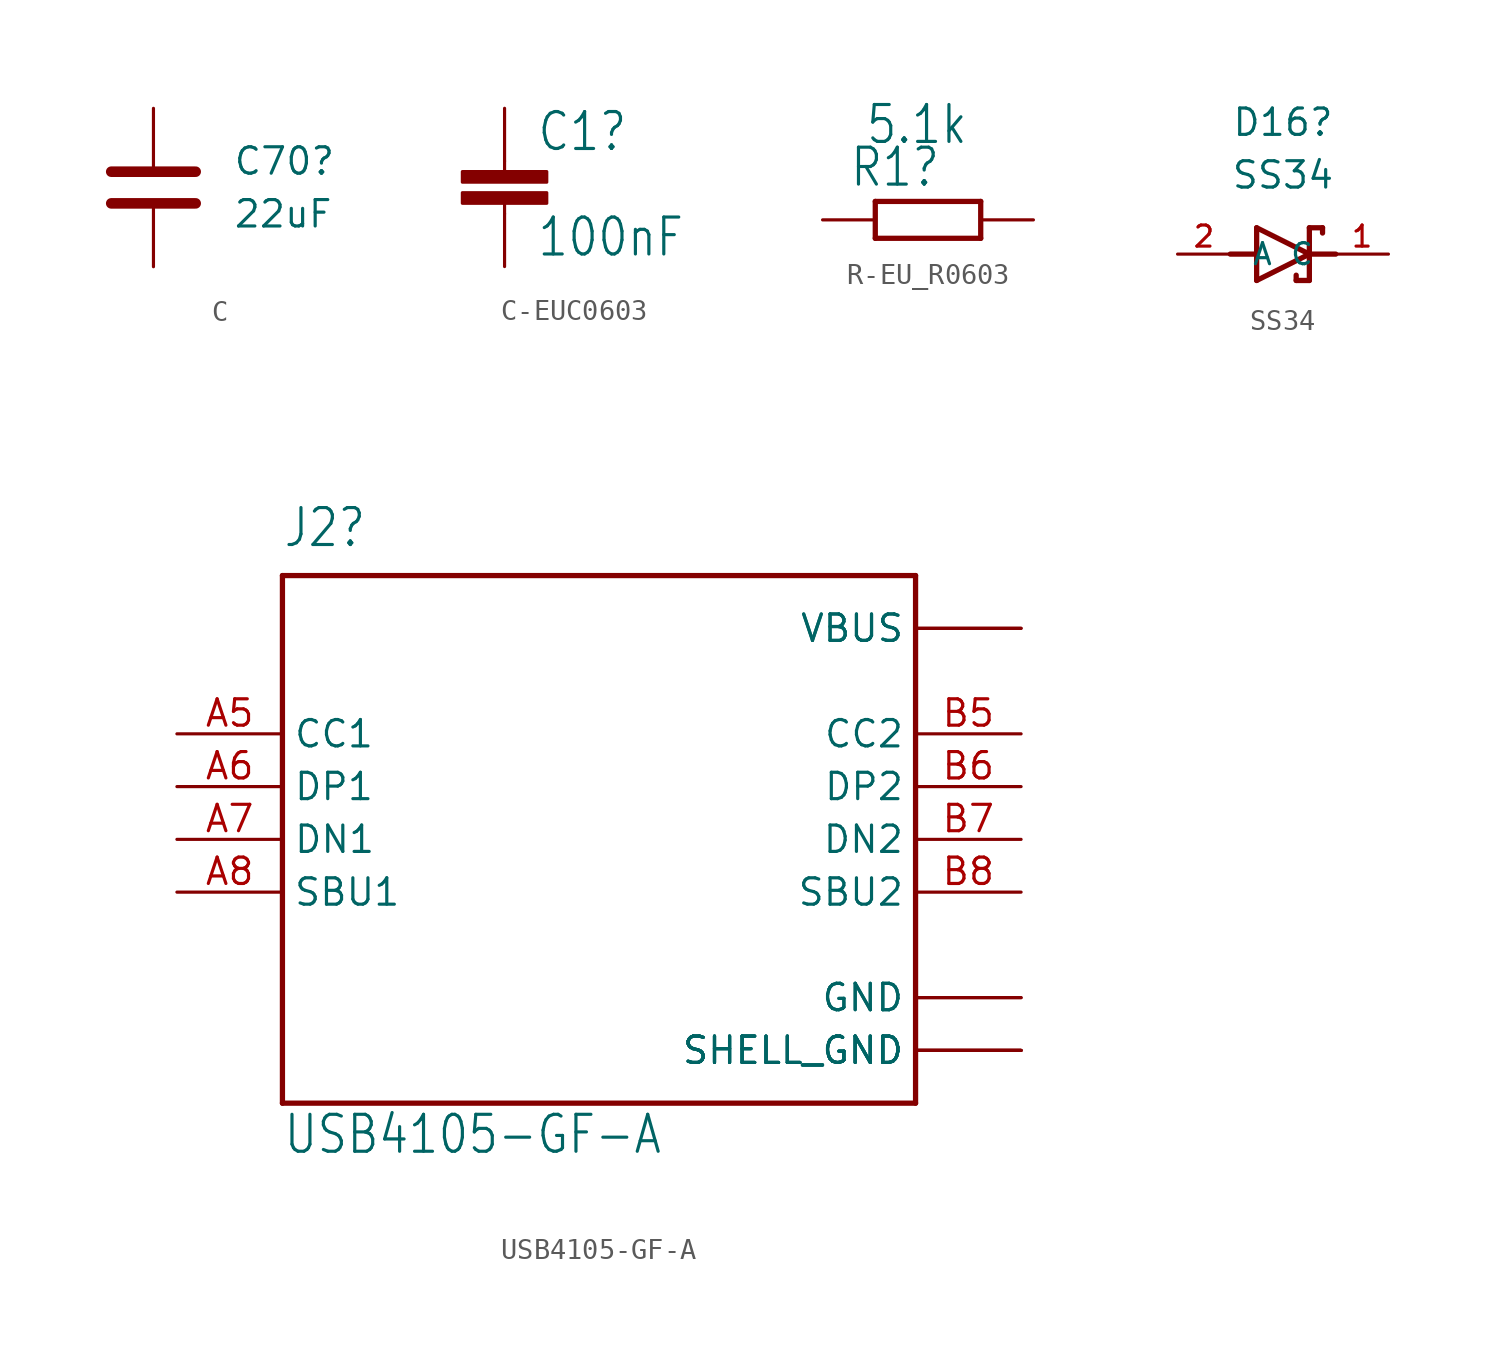
<source format=kicad_sym>
(kicad_symbol_lib
  (version 20220914)
  (generator kicad_symbol_editor)
  (symbol "C"
    (pin_numbers hide)
    (pin_names
      (offset 0.254))
    (property "Reference" "C70"
      (at 3.81 1.27 0)
      (effects (font (size 1.27 1.27)) (justify left)))
    (property "Value" "22uF"
      (at 3.81 -1.27 0)
      (effects (font (size 1.27 1.27)) (justify left)))
    (symbol "C_0_1"
      (polyline (pts (xy -2.032 -0.762) (xy 2.032 -0.762)) (stroke (width 0.508) (type default)) (fill (type none)))
      (polyline (pts (xy -2.032 0.762) (xy 2.032 0.762)) (stroke (width 0.508) (type default)) (fill (type none))))
    (symbol "C_1_1"
      (pin passive line (at 0 3.81 270) (length 2.794) (name "~" (effects (font (size 1.27 1.27)))) (number "1" (effects (font (size 1.27 1.27)))))
      (pin passive line (at 0 -3.81 90) (length 2.794) (name "~" (effects (font (size 1.27 1.27)))) (number "2" (effects (font (size 1.27 1.27)))))))
  (symbol "C-EUC0603"
    (property "Reference" "C1"
      (at 1.524 0.381 0)
      (effects (font (size 1.778 1.511)) (justify left bottom)))
    (property "Value" "100nF"
      (at 1.524 -4.699 0)
      (effects (font (size 1.778 1.511)) (justify left bottom)))
    (property "ki_locked" ""
      (at 0 0 0)
      (effects (font (size 1.27 1.27))))
    (symbol "C-EUC0603_1_0"
      (rectangle (start -2.032 -2.032) (end 2.032 -1.524) (stroke (width 0) (type default)) (fill (type outline)))
      (rectangle (start -2.032 -1.016) (end 2.032 -0.508) (stroke (width 0) (type default)) (fill (type outline)))
      (polyline (pts (xy 0 -2.54) (xy 0 -2.032)) (stroke (width 0.152) (type solid)) (fill (type none)))
      (polyline (pts (xy 0 0) (xy 0 -0.508)) (stroke (width 0.152) (type solid)) (fill (type none)))
      (pin passive line (at 0 2.54 270) (length 2.54) (name "1" (effects (font (size 0 0)))) (number "1" (effects (font (size 0 0)))))
      (pin passive line (at 0 -5.08 90) (length 2.54) (name "2" (effects (font (size 0 0)))) (number "2" (effects (font (size 0 0)))))))
  (symbol "R-EU_R0603"
    (property "Reference" "R1"
      (at -3.81 1.499 0)
      (effects (font (size 1.778 1.511)) (justify left bottom)))
    (property "Value" "5.1k"
      (at -3.048 3.556 0)
      (effects (font (size 1.778 1.511)) (justify left bottom)))
    (property "ki_locked" ""
      (at 0 0 0)
      (effects (font (size 1.27 1.27))))
    (symbol "R-EU_R0603_1_0"
      (polyline (pts (xy -2.54 -0.889) (xy -2.54 0.889)) (stroke (width 0.254) (type solid)) (fill (type none)))
      (polyline (pts (xy -2.54 -0.889) (xy 2.54 -0.889)) (stroke (width 0.254) (type solid)) (fill (type none)))
      (polyline (pts (xy 2.54 -0.889) (xy 2.54 0.889)) (stroke (width 0.254) (type solid)) (fill (type none)))
      (polyline (pts (xy 2.54 0.889) (xy -2.54 0.889)) (stroke (width 0.254) (type solid)) (fill (type none)))
      (pin passive line (at -5.08 0 0) (length 2.54) (name "1" (effects (font (size 0 0)))) (number "1" (effects (font (size 0 0)))))
      (pin passive line (at 5.08 0 180) (length 2.54) (name "2" (effects (font (size 0 0)))) (number "2" (effects (font (size 0 0)))))))
  (symbol "SS34"
    (pin_names
      (offset 1.016))
    (property "Reference" "D16"
      (at 0 6.35 0)
      (effects (font (size 1.27 1.27))))
    (property "Value" "SS34"
      (at 0 3.81 0)
      (effects (font (size 1.27 1.27))))
    (symbol "SS34_0_0"
      (polyline (pts (xy -2.54 0) (xy -1.27 0)) (stroke (width 0.254) (type default)) (fill (type none)))
      (polyline (pts (xy -1.27 -1.27) (xy 1.27 0)) (stroke (width 0.254) (type default)) (fill (type none)))
      (polyline (pts (xy -1.27 0) (xy -1.27 -1.27)) (stroke (width 0.254) (type default)) (fill (type none)))
      (polyline (pts (xy -1.27 1.27) (xy -1.27 0)) (stroke (width 0.254) (type default)) (fill (type none)))
      (polyline (pts (xy 0.635 -1.016) (xy 0.635 -1.27)) (stroke (width 0.254) (type default)) (fill (type none)))
      (polyline (pts (xy 1.27 -1.27) (xy 0.635 -1.27)) (stroke (width 0.254) (type default)) (fill (type none)))
      (polyline (pts (xy 1.27 0) (xy -1.27 1.27)) (stroke (width 0.254) (type default)) (fill (type none)))
      (polyline (pts (xy 1.27 0) (xy 1.27 -1.27)) (stroke (width 0.254) (type default)) (fill (type none)))
      (polyline (pts (xy 1.27 1.27) (xy 1.27 0)) (stroke (width 0.254) (type default)) (fill (type none)))
      (polyline (pts (xy 1.905 1.27) (xy 1.27 1.27)) (stroke (width 0.254) (type default)) (fill (type none)))
      (polyline (pts (xy 1.905 1.27) (xy 1.905 1.016)) (stroke (width 0.254) (type default)) (fill (type none)))
      (polyline (pts (xy 2.54 0) (xy 1.27 0)) (stroke (width 0.254) (type default)) (fill (type none)))
      (pin passive line (at 5.08 0 180) (length 2.54) (name "C" (effects (font (size 1.016 1.016)))) (number "1" (effects (font (size 1.016 1.016)))))
      (pin passive line (at -5.08 0 0) (length 2.54) (name "A" (effects (font (size 1.016 1.016)))) (number "2" (effects (font (size 1.016 1.016)))))))
  (symbol "USB4105-GF-A"
    (property "Reference" "J2"
      (at -15.24 13.97 0)
      (effects (font (size 1.778 1.511)) (justify left bottom)))
    (property "Value" "USB4105-GF-A"
      (at -15.24 -15.24 0)
      (effects (font (size 1.778 1.511)) (justify left bottom)))
    (property "ki_locked" ""
      (at 0 0 0)
      (effects (font (size 1.27 1.27))))
    (symbol "USB4105-GF-A_1_0"
      (polyline (pts (xy -15.24 -12.7) (xy -15.24 12.7)) (stroke (width 0.254) (type solid)) (fill (type none)))
      (polyline (pts (xy -15.24 12.7) (xy 15.24 12.7)) (stroke (width 0.254) (type solid)) (fill (type none)))
      (polyline (pts (xy 15.24 -12.7) (xy -15.24 -12.7)) (stroke (width 0.254) (type solid)) (fill (type none)))
      (polyline (pts (xy 15.24 12.7) (xy 15.24 -12.7)) (stroke (width 0.254) (type solid)) (fill (type none)))
      (pin power_in line (at 20.32 -7.62 180) (length 5.08) (name "GND" (effects (font (size 1.27 1.27)))) (number "A1_B12" (effects (font (size 0 0)))))
      (pin power_in line (at 20.32 10.16 180) (length 5.08) (name "VBUS" (effects (font (size 1.27 1.27)))) (number "A4_B9" (effects (font (size 0 0)))))
      (pin bidirectional line (at -20.32 5.08 0) (length 5.08) (name "CC1" (effects (font (size 1.27 1.27)))) (number "A5" (effects (font (size 1.27 1.27)))))
      (pin bidirectional line (at -20.32 2.54 0) (length 5.08) (name "DP1" (effects (font (size 1.27 1.27)))) (number "A6" (effects (font (size 1.27 1.27)))))
      (pin bidirectional line (at -20.32 0 0) (length 5.08) (name "DN1" (effects (font (size 1.27 1.27)))) (number "A7" (effects (font (size 1.27 1.27)))))
      (pin bidirectional line (at -20.32 -2.54 0) (length 5.08) (name "SBU1" (effects (font (size 1.27 1.27)))) (number "A8" (effects (font (size 1.27 1.27)))))
      (pin power_in line (at 20.32 -7.62 180) (length 5.08) (name "GND" (effects (font (size 1.27 1.27)))) (number "B1_A12" (effects (font (size 0 0)))))
      (pin power_in line (at 20.32 10.16 180) (length 5.08) (name "VBUS" (effects (font (size 1.27 1.27)))) (number "B4_A9" (effects (font (size 0 0)))))
      (pin bidirectional line (at 20.32 5.08 180) (length 5.08) (name "CC2" (effects (font (size 1.27 1.27)))) (number "B5" (effects (font (size 1.27 1.27)))))
      (pin bidirectional line (at 20.32 2.54 180) (length 5.08) (name "DP2" (effects (font (size 1.27 1.27)))) (number "B6" (effects (font (size 1.27 1.27)))))
      (pin bidirectional line (at 20.32 0 180) (length 5.08) (name "DN2" (effects (font (size 1.27 1.27)))) (number "B7" (effects (font (size 1.27 1.27)))))
      (pin bidirectional line (at 20.32 -2.54 180) (length 5.08) (name "SBU2" (effects (font (size 1.27 1.27)))) (number "B8" (effects (font (size 1.27 1.27)))))
      (pin power_in line (at 20.32 -10.16 180) (length 5.08) (name "SHELL_GND" (effects (font (size 1.27 1.27)))) (number "S1" (effects (font (size 0 0)))))
      (pin power_in line (at 20.32 -10.16 180) (length 5.08) (name "SHELL_GND" (effects (font (size 1.27 1.27)))) (number "S2" (effects (font (size 0 0)))))
      (pin power_in line (at 20.32 -10.16 180) (length 5.08) (name "SHELL_GND" (effects (font (size 1.27 1.27)))) (number "S3" (effects (font (size 0 0)))))
      (pin power_in line (at 20.32 -10.16 180) (length 5.08) (name "SHELL_GND" (effects (font (size 1.27 1.27)))) (number "S4" (effects (font (size 0 0))))))))
</source>
